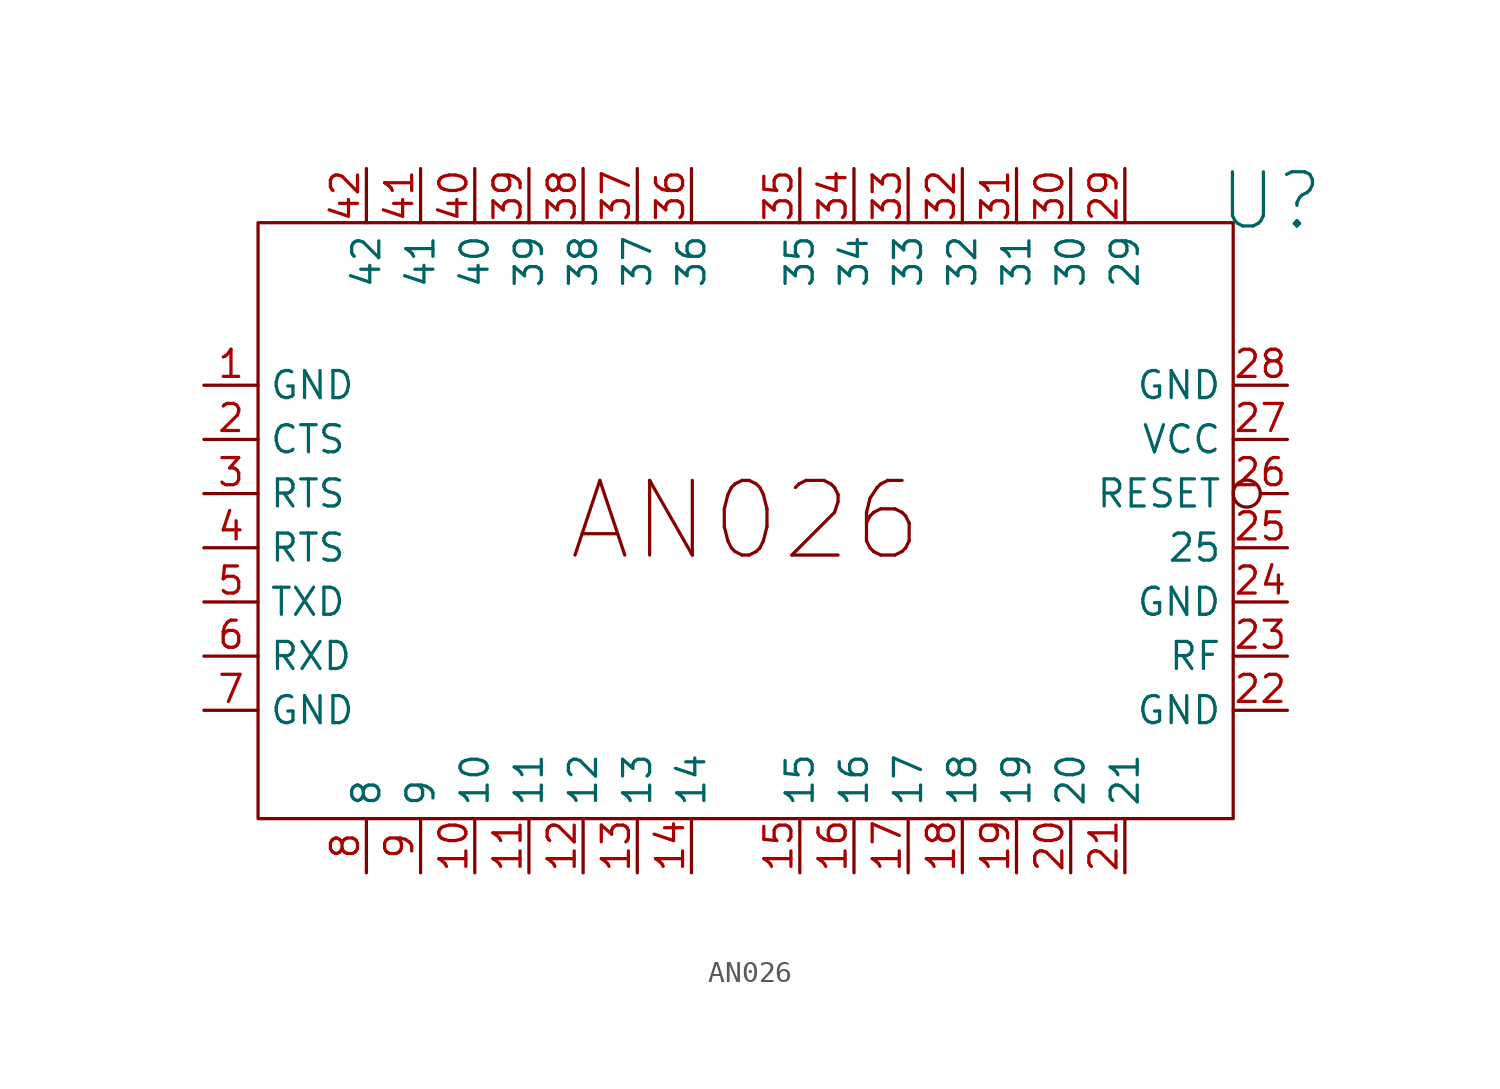
<source format=kicad_sym>
(kicad_symbol_lib
  (version 20241209)
  (generator "kicad_symbol_editor")
  (generator_version "9.0")
  (symbol "AN026"
    (property "Reference" "U"
      (at 24.638 14.986 0)
      (effects (font (size 2.54 2.54))))
    (property "Value" ""
      (at -17.78 2.54 0)
      (effects (font (size 1.27 1.27))))
    (symbol "AN026_0_1"
      (rectangle (start -22.86 13.97) (end 22.86 -13.97) (stroke (width 0) (type default)) (fill (type none))))
    (symbol "AN026_1_1"
      (text "AN026" (at 0 0 0) (effects (font (size 3.5 3.5))))
      (pin power_in line (at -25.4 6.35 0) (length 2.54) (name "GND" (effects (font (size 1.27 1.27)))) (number "1" (effects (font (size 1.27 1.27)))))
      (pin input line (at -25.4 3.81 0) (length 2.54) (name "CTS" (effects (font (size 1.27 1.27)))) (number "2" (effects (font (size 1.27 1.27)))))
      (pin output line (at -25.4 1.27 0) (length 2.54) (name "RTS" (effects (font (size 1.27 1.27)))) (number "3" (effects (font (size 1.27 1.27)))))
      (pin bidirectional line (at -25.4 -1.27 0) (length 2.54) (name "RTS" (effects (font (size 1.27 1.27)))) (number "4" (effects (font (size 1.27 1.27)))))
      (pin output line (at -25.4 -3.81 0) (length 2.54) (name "TXD" (effects (font (size 1.27 1.27)))) (number "5" (effects (font (size 1.27 1.27)))))
      (pin input line (at -25.4 -6.35 0) (length 2.54) (name "RXD" (effects (font (size 1.27 1.27)))) (number "6" (effects (font (size 1.27 1.27)))))
      (pin power_in line (at -25.4 -8.89 0) (length 2.54) (name "GND" (effects (font (size 1.27 1.27)))) (number "7" (effects (font (size 1.27 1.27)))))
      (pin bidirectional line (at -17.78 16.51 270) (length 2.54) (name "42" (effects (font (size 1.27 1.27)))) (number "42" (effects (font (size 1.27 1.27)))))
      (pin bidirectional line (at -17.78 -16.51 90) (length 2.54) (name "8" (effects (font (size 1.27 1.27)))) (number "8" (effects (font (size 1.27 1.27)))))
      (pin bidirectional line (at -15.24 16.51 270) (length 2.54) (name "41" (effects (font (size 1.27 1.27)))) (number "41" (effects (font (size 1.27 1.27)))))
      (pin bidirectional line (at -15.24 -16.51 90) (length 2.54) (name "9" (effects (font (size 1.27 1.27)))) (number "9" (effects (font (size 1.27 1.27)))))
      (pin bidirectional line (at -12.7 16.51 270) (length 2.54) (name "40" (effects (font (size 1.27 1.27)))) (number "40" (effects (font (size 1.27 1.27)))))
      (pin bidirectional line (at -12.7 -16.51 90) (length 2.54) (name "10" (effects (font (size 1.27 1.27)))) (number "10" (effects (font (size 1.27 1.27)))))
      (pin bidirectional line (at -10.16 16.51 270) (length 2.54) (name "39" (effects (font (size 1.27 1.27)))) (number "39" (effects (font (size 1.27 1.27)))))
      (pin bidirectional line (at -10.16 -16.51 90) (length 2.54) (name "11" (effects (font (size 1.27 1.27)))) (number "11" (effects (font (size 1.27 1.27)))))
      (pin bidirectional line (at -7.62 16.51 270) (length 2.54) (name "38" (effects (font (size 1.27 1.27)))) (number "38" (effects (font (size 1.27 1.27)))))
      (pin bidirectional line (at -7.62 -16.51 90) (length 2.54) (name "12" (effects (font (size 1.27 1.27)))) (number "12" (effects (font (size 1.27 1.27)))))
      (pin bidirectional line (at -5.08 16.51 270) (length 2.54) (name "37" (effects (font (size 1.27 1.27)))) (number "37" (effects (font (size 1.27 1.27)))))
      (pin bidirectional line (at -5.08 -16.51 90) (length 2.54) (name "13" (effects (font (size 1.27 1.27)))) (number "13" (effects (font (size 1.27 1.27)))))
      (pin bidirectional line (at -2.54 16.51 270) (length 2.54) (name "36" (effects (font (size 1.27 1.27)))) (number "36" (effects (font (size 1.27 1.27)))))
      (pin bidirectional line (at -2.54 -16.51 90) (length 2.54) (name "14" (effects (font (size 1.27 1.27)))) (number "14" (effects (font (size 1.27 1.27)))))
      (pin bidirectional line (at 2.54 16.51 270) (length 2.54) (name "35" (effects (font (size 1.27 1.27)))) (number "35" (effects (font (size 1.27 1.27)))))
      (pin bidirectional line (at 2.54 -16.51 90) (length 2.54) (name "15" (effects (font (size 1.27 1.27)))) (number "15" (effects (font (size 1.27 1.27)))))
      (pin bidirectional line (at 5.08 16.51 270) (length 2.54) (name "34" (effects (font (size 1.27 1.27)))) (number "34" (effects (font (size 1.27 1.27)))))
      (pin bidirectional line (at 5.08 -16.51 90) (length 2.54) (name "16" (effects (font (size 1.27 1.27)))) (number "16" (effects (font (size 1.27 1.27)))))
      (pin bidirectional line (at 7.62 16.51 270) (length 2.54) (name "33" (effects (font (size 1.27 1.27)))) (number "33" (effects (font (size 1.27 1.27)))))
      (pin bidirectional line (at 7.62 -16.51 90) (length 2.54) (name "17" (effects (font (size 1.27 1.27)))) (number "17" (effects (font (size 1.27 1.27)))))
      (pin bidirectional line (at 10.16 16.51 270) (length 2.54) (name "32" (effects (font (size 1.27 1.27)))) (number "32" (effects (font (size 1.27 1.27)))))
      (pin bidirectional line (at 10.16 -16.51 90) (length 2.54) (name "18" (effects (font (size 1.27 1.27)))) (number "18" (effects (font (size 1.27 1.27)))))
      (pin bidirectional line (at 12.7 16.51 270) (length 2.54) (name "31" (effects (font (size 1.27 1.27)))) (number "31" (effects (font (size 1.27 1.27)))))
      (pin bidirectional line (at 12.7 -16.51 90) (length 2.54) (name "19" (effects (font (size 1.27 1.27)))) (number "19" (effects (font (size 1.27 1.27)))))
      (pin bidirectional line (at 15.24 16.51 270) (length 2.54) (name "30" (effects (font (size 1.27 1.27)))) (number "30" (effects (font (size 1.27 1.27)))))
      (pin bidirectional line (at 15.24 -16.51 90) (length 2.54) (name "20" (effects (font (size 1.27 1.27)))) (number "20" (effects (font (size 1.27 1.27)))))
      (pin bidirectional line (at 17.78 16.51 270) (length 2.54) (name "29" (effects (font (size 1.27 1.27)))) (number "29" (effects (font (size 1.27 1.27)))))
      (pin bidirectional line (at 17.78 -16.51 90) (length 2.54) (name "21" (effects (font (size 1.27 1.27)))) (number "21" (effects (font (size 1.27 1.27)))))
      (pin power_in line (at 25.4 6.35 180) (length 2.54) (name "GND" (effects (font (size 1.27 1.27)))) (number "28" (effects (font (size 1.27 1.27)))))
      (pin power_in line (at 25.4 3.81 180) (length 2.54) (name "VCC" (effects (font (size 1.27 1.27)))) (number "27" (effects (font (size 1.27 1.27)))))
      (pin input inverted (at 25.4 1.27 180) (length 2.54) (name "RESET" (effects (font (size 1.27 1.27)))) (number "26" (effects (font (size 1.27 1.27)))))
      (pin bidirectional line (at 25.4 -1.27 180) (length 2.54) (name "25" (effects (font (size 1.27 1.27)))) (number "25" (effects (font (size 1.27 1.27)))))
      (pin power_in line (at 25.4 -3.81 180) (length 2.54) (name "GND" (effects (font (size 1.27 1.27)))) (number "24" (effects (font (size 1.27 1.27)))))
      (pin output line (at 25.4 -6.35 180) (length 2.54) (name "RF" (effects (font (size 1.27 1.27)))) (number "23" (effects (font (size 1.27 1.27)))))
      (pin power_in line (at 25.4 -8.89 180) (length 2.54) (name "GND" (effects (font (size 1.27 1.27)))) (number "22" (effects (font (size 1.27 1.27))))))))
</source>
